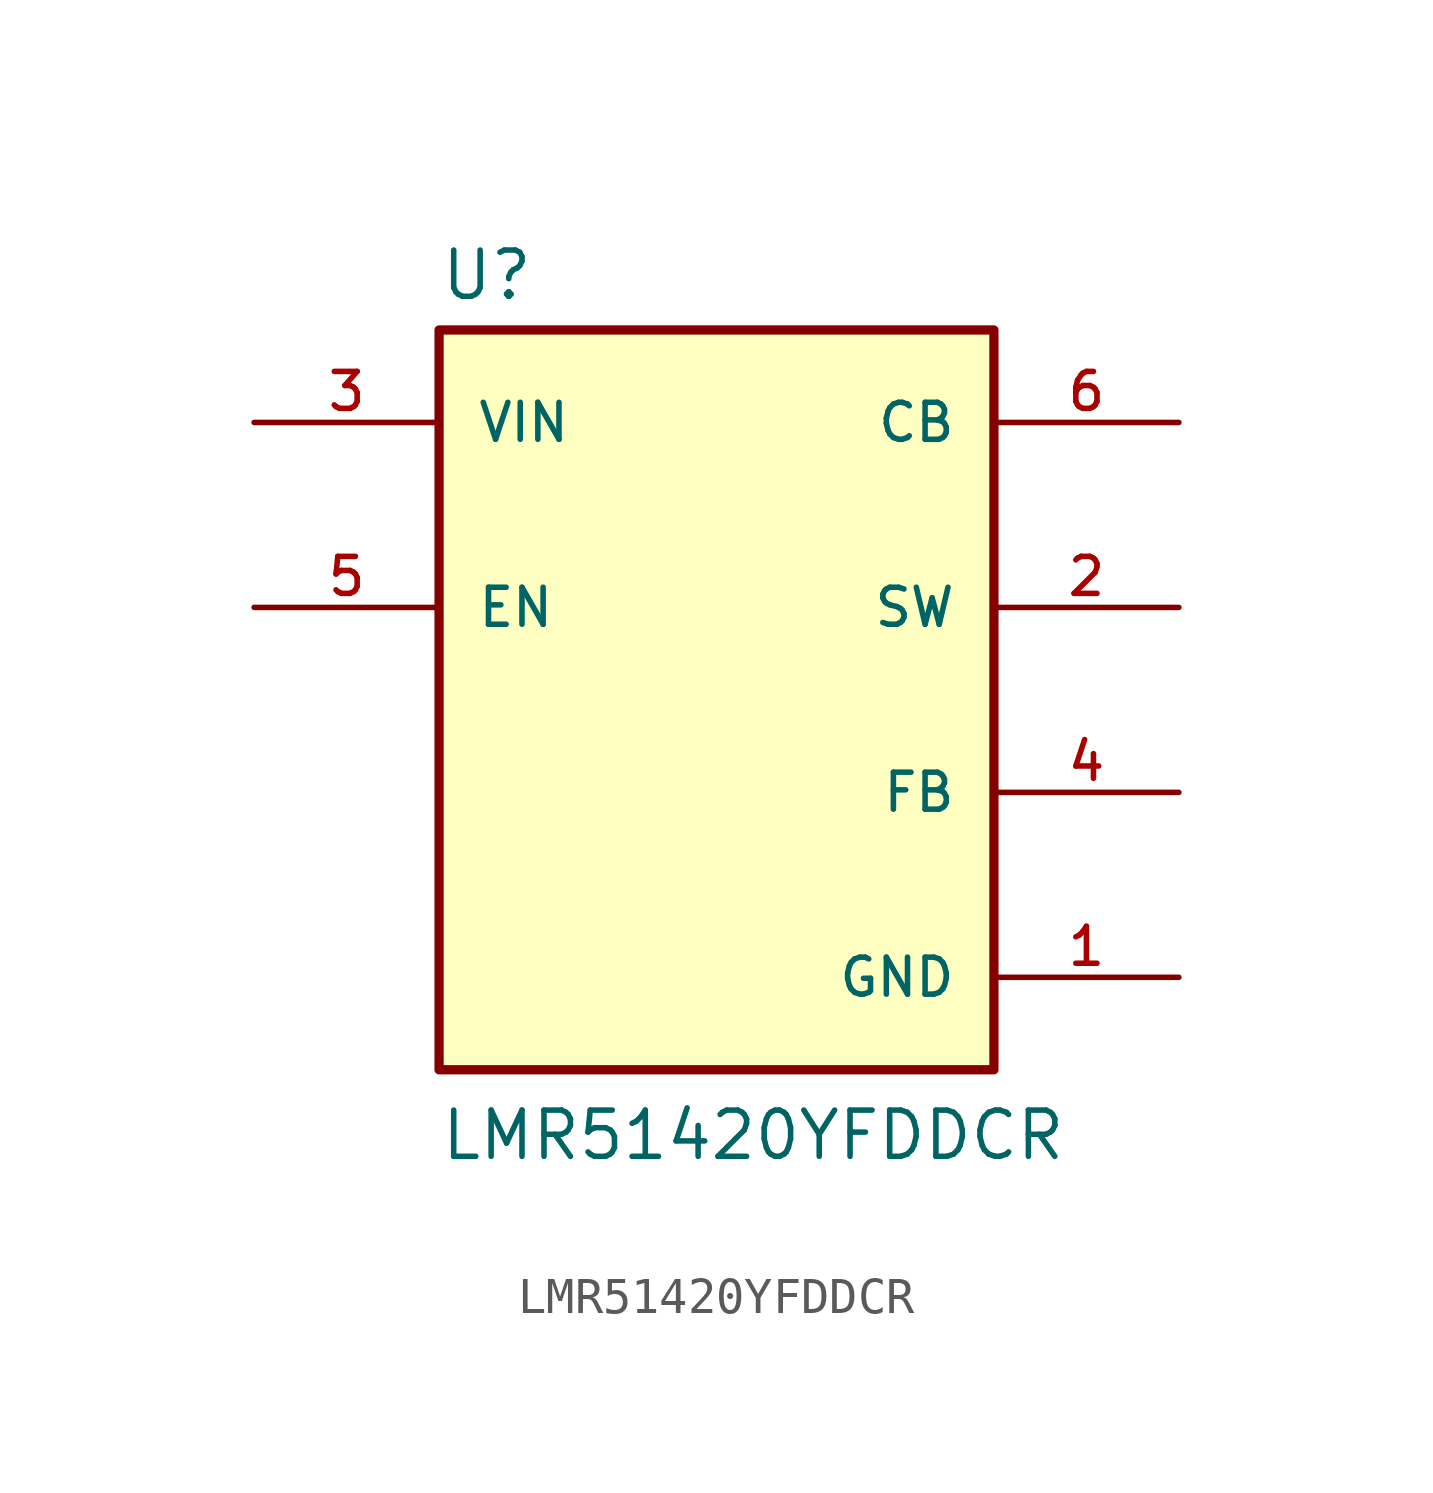
<source format=kicad_sym>
(kicad_symbol_lib
  (version 20211014)
  (generator kicad_symbol_editor)
  (symbol "LMR51420YFDDCR"
    (pin_names
      (offset 1.016))
    (property "Reference" "U"
      (at -7.62 10.922 0)
      (effects (font (size 1.27 1.27)) (justify bottom left)))
    (property "Value" "LMR51420YFDDCR"
      (at -7.62 -12.7 0)
      (effects (font (size 1.27 1.27)) (justify bottom left)))
    (symbol "LMR51420YFDDCR_0_0"
      (rectangle (start -7.62 -10.16) (end 7.62 10.16) (stroke (width 0.254)) (fill (type background)))
      (pin power_in line (at 12.7 -7.62 180.0) (length 5.08) (name "GND" (effects (font (size 1.016 1.016)))) (number "1" (effects (font (size 1.016 1.016)))))
      (pin output line (at 12.7 2.54 180.0) (length 5.08) (name "SW" (effects (font (size 1.016 1.016)))) (number "2" (effects (font (size 1.016 1.016)))))
      (pin input line (at -12.7 7.62 0) (length 5.08) (name "VIN" (effects (font (size 1.016 1.016)))) (number "3" (effects (font (size 1.016 1.016)))))
      (pin input line (at 12.7 -2.54 180.0) (length 5.08) (name "FB" (effects (font (size 1.016 1.016)))) (number "4" (effects (font (size 1.016 1.016)))))
      (pin input line (at -12.7 2.54 0) (length 5.08) (name "EN" (effects (font (size 1.016 1.016)))) (number "5" (effects (font (size 1.016 1.016)))))
      (pin passive line (at 12.7 7.62 180.0) (length 5.08) (name "CB" (effects (font (size 1.016 1.016)))) (number "6" (effects (font (size 1.016 1.016))))))))
</source>
